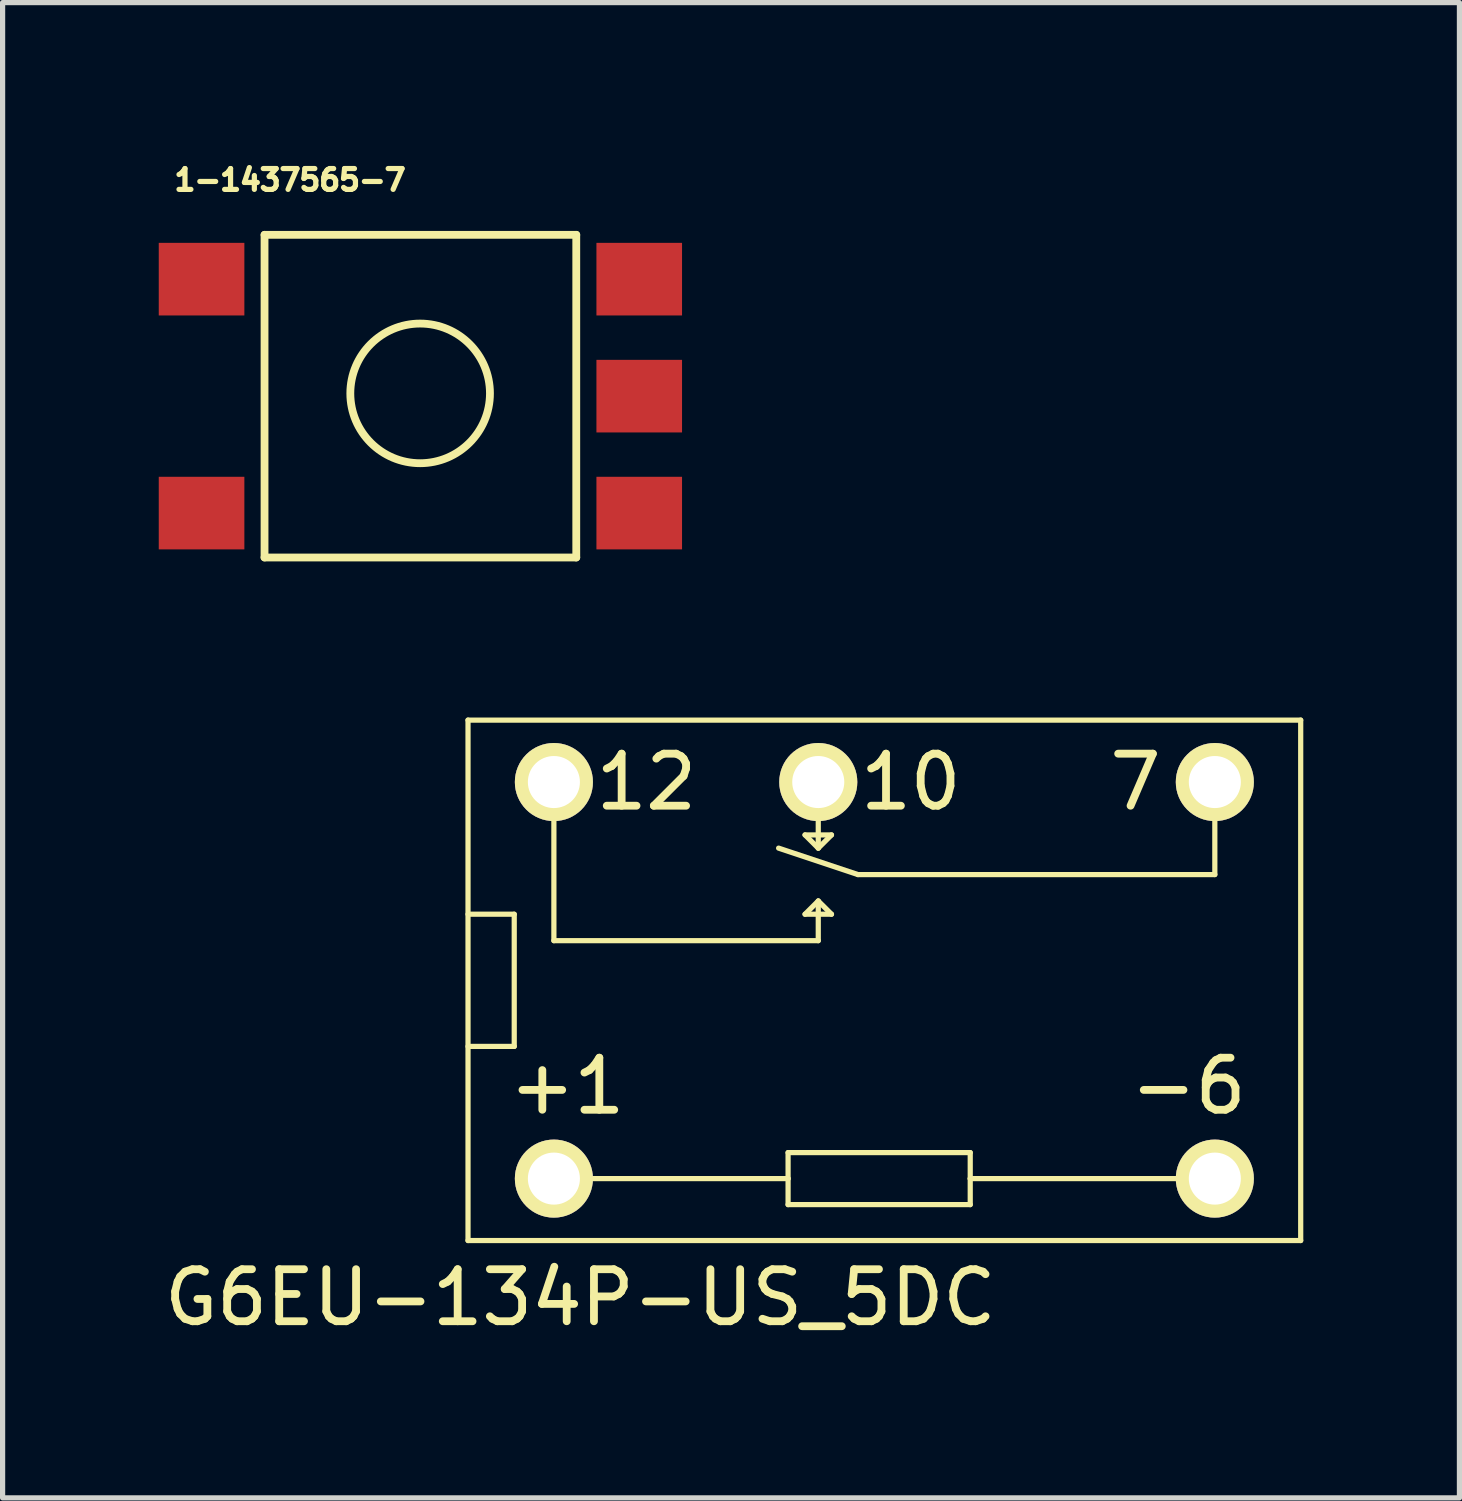
<source format=kicad_pcb>
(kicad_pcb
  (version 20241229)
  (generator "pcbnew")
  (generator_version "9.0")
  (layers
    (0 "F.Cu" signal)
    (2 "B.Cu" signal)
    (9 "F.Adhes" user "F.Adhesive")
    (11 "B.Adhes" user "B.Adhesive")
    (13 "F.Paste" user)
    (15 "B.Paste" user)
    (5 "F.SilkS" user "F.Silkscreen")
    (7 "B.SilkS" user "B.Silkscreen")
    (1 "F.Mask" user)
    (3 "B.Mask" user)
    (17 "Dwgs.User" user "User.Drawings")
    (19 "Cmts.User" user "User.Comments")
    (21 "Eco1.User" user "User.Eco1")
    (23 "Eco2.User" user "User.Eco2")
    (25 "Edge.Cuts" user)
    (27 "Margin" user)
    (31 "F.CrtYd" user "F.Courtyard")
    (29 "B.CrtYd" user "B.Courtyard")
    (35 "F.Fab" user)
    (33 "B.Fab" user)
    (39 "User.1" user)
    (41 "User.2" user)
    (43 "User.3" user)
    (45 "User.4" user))
  (footprint "G6EU-134P-US_5DC"
    (layer "F.Cu")
    (at 13.943 15.787)
    (property "Reference" "G6EU-134P-US_5DC" (at -5.842 6.096 0) (layer "F.SilkS") (effects (font (size 1 1) (thickness 0.15))))
    (attr through_hole)
    (fp_line (start -8 -5) (end 8 -5) (stroke (width 0.1) (type solid)) (layer "F.SilkS"))
    (fp_line (start -8 -1.27) (end -7.112 -1.27) (stroke (width 0.1) (type solid)) (layer "F.SilkS"))
    (fp_line (start -8 5) (end -8 -5) (stroke (width 0.1) (type solid)) (layer "F.SilkS"))
    (fp_line (start -7.112 -1.27) (end -7.112 1.27) (stroke (width 0.1) (type solid)) (layer "F.SilkS"))
    (fp_line (start -7.112 1.27) (end -8 1.27) (stroke (width 0.1) (type solid)) (layer "F.SilkS"))
    (fp_line (start -6.35 -3.302) (end -6.35 -0.762) (stroke (width 0.1) (type solid)) (layer "F.SilkS"))
    (fp_line (start -6.35 -0.762) (end -1.27 -0.762) (stroke (width 0.1) (type solid)) (layer "F.SilkS"))
    (fp_line (start -5.85 3.81) (end -1.85 3.81) (stroke (width 0.1) (type solid)) (layer "F.SilkS"))
    (fp_line (start -1.85 3.31) (end 1.65 3.31) (stroke (width 0.1) (type solid)) (layer "F.SilkS"))
    (fp_line (start -1.85 3.81) (end -1.85 3.31) (stroke (width 0.1) (type solid)) (layer "F.SilkS"))
    (fp_line (start -1.85 4.31) (end -1.85 3.81) (stroke (width 0.1) (type solid)) (layer "F.SilkS"))
    (fp_line (start -1.524 -2.794) (end -1.016 -2.794) (stroke (width 0.1) (type solid)) (layer "F.SilkS"))
    (fp_line (start -1.524 -1.27) (end -1.016 -1.27) (stroke (width 0.1) (type solid)) (layer "F.SilkS"))
    (fp_line (start -1.27 -3.302) (end -1.27 -2.794) (stroke (width 0.1) (type solid)) (layer "F.SilkS"))
    (fp_line (start -1.27 -2.794) (end -1.27 -2.54) (stroke (width 0.1) (type solid)) (layer "F.SilkS"))
    (fp_line (start -1.27 -2.54) (end -1.524 -2.794) (stroke (width 0.1) (type solid)) (layer "F.SilkS"))
    (fp_line (start -1.27 -1.524) (end -1.524 -1.27) (stroke (width 0.1) (type solid)) (layer "F.SilkS"))
    (fp_line (start -1.27 -0.762) (end -1.27 -1.524) (stroke (width 0.1) (type solid)) (layer "F.SilkS"))
    (fp_line (start -1.016 -2.794) (end -1.27 -2.54) (stroke (width 0.1) (type solid)) (layer "F.SilkS"))
    (fp_line (start -1.016 -1.27) (end -1.27 -1.524) (stroke (width 0.1) (type solid)) (layer "F.SilkS"))
    (fp_line (start -0.508 -2.032) (end -2.032 -2.54) (stroke (width 0.1) (type solid)) (layer "F.SilkS"))
    (fp_line (start 1.65 3.31) (end 1.65 3.81) (stroke (width 0.1) (type solid)) (layer "F.SilkS"))
    (fp_line (start 1.65 3.81) (end 1.65 4.31) (stroke (width 0.1) (type solid)) (layer "F.SilkS"))
    (fp_line (start 1.65 3.81) (end 5.65 3.81) (stroke (width 0.1) (type solid)) (layer "F.SilkS"))
    (fp_line (start 1.65 4.31) (end -1.85 4.31) (stroke (width 0.1) (type solid)) (layer "F.SilkS"))
    (fp_line (start 6.35 -3.302) (end 6.35 -2.032) (stroke (width 0.1) (type solid)) (layer "F.SilkS"))
    (fp_line (start 6.35 -2.032) (end -0.508 -2.032) (stroke (width 0.1) (type solid)) (layer "F.SilkS"))
    (fp_line (start 8 -5) (end 8 5) (stroke (width 0.1) (type solid)) (layer "F.SilkS"))
    (fp_line (start 8 5) (end -8 5) (stroke (width 0.1) (type solid)) (layer "F.SilkS"))
    (fp_text user "-6" (at 5.842 2.032 0) (layer "F.SilkS") (effects (font (size 1 1) (thickness 0.15))))
    (fp_text user "7" (at 4.826 -3.81 0) (layer "F.SilkS") (effects (font (size 1 1) (thickness 0.15))))
    (fp_text user "+1" (at -6.096 2.032 0) (layer "F.SilkS") (effects (font (size 1 1) (thickness 0.15))))
    (fp_text user "10" (at 0.508 -3.81 0) (layer "F.SilkS") (effects (font (size 1 1) (thickness 0.15))))
    (fp_text user "12" (at -4.572 -3.81 0) (layer "F.SilkS") (effects (font (size 1 1) (thickness 0.15))))
    (pad "1" thru_hole circle (at -6.35 3.81) (size 1.5 1.5) (drill 1) (layers "*.Cu" "*.Mask" "F.SilkS"))
    (pad "2" thru_hole circle (at 6.35 3.81) (size 1.5 1.5) (drill 1) (layers "*.Cu" "*.Mask" "F.SilkS"))
    (pad "3" thru_hole circle (at 6.35 -3.81) (size 1.5 1.5) (drill 1) (layers "*.Cu" "*.Mask" "F.SilkS"))
    (pad "4" thru_hole circle (at -1.27 -3.81) (size 1.5 1.5) (drill 1) (layers "*.Cu" "*.Mask" "F.SilkS"))
    (pad "5" thru_hole circle (at -6.35 -3.81) (size 1.5 1.5) (drill 1) (layers "*.Cu" "*.Mask" "F.SilkS")))
  (footprint "1-1437565-7"
    (layer "F.Cu")
    (at 0.823 6.809)
    (property "Reference" "1-1437565-7" (at 1.7 -6.4 0) (layer "F.SilkS") (effects (font (size 0.4 0.4) (thickness 0.1))))
    (attr through_hole)
    (fp_line (start 1.21 -5.347) (end 1.21 0.853) (stroke (width 0.15) (type solid)) (layer "F.SilkS"))
    (fp_line (start 1.21 0.853) (end 7.2 0.853) (stroke (width 0.15) (type solid)) (layer "F.SilkS"))
    (fp_line (start 7.2 -5.347) (end 1.21 -5.347) (stroke (width 0.15) (type solid)) (layer "F.SilkS"))
    (fp_line (start 7.2 0.853) (end 7.2 -5.347) (stroke (width 0.15) (type solid)) (layer "F.SilkS"))
    (fp_circle (center 4.2 -2.3) (end 3.6 -3.5) (stroke (width 0.15) (type solid)) (fill no) (layer "F.SilkS"))
    (pad "1" smd rect (at 0 0) (size 1.645 1.395) (layers "F.Cu" "F.Mask" "F.Paste"))
    (pad "2" smd rect (at 8.41 0) (size 1.645 1.395) (layers "F.Cu" "F.Mask" "F.Paste"))
    (pad "3" smd rect (at 0 -4.495) (size 1.645 1.395) (layers "F.Cu" "F.Mask" "F.Paste"))
    (pad "4" smd rect (at 8.41 -4.495) (size 1.645 1.395) (layers "F.Cu" "F.Mask" "F.Paste"))
    (pad "5" smd rect (at 8.41 -2.247) (size 1.645 1.395) (layers "F.Cu" "F.Mask" "F.Paste")))
  (gr_rect
    (start -3 -3)
    (end 24.993 25.732)
    (stroke (width 0.1) (type default))
    (fill no)
    (layer "Edge.Cuts")))
</source>
